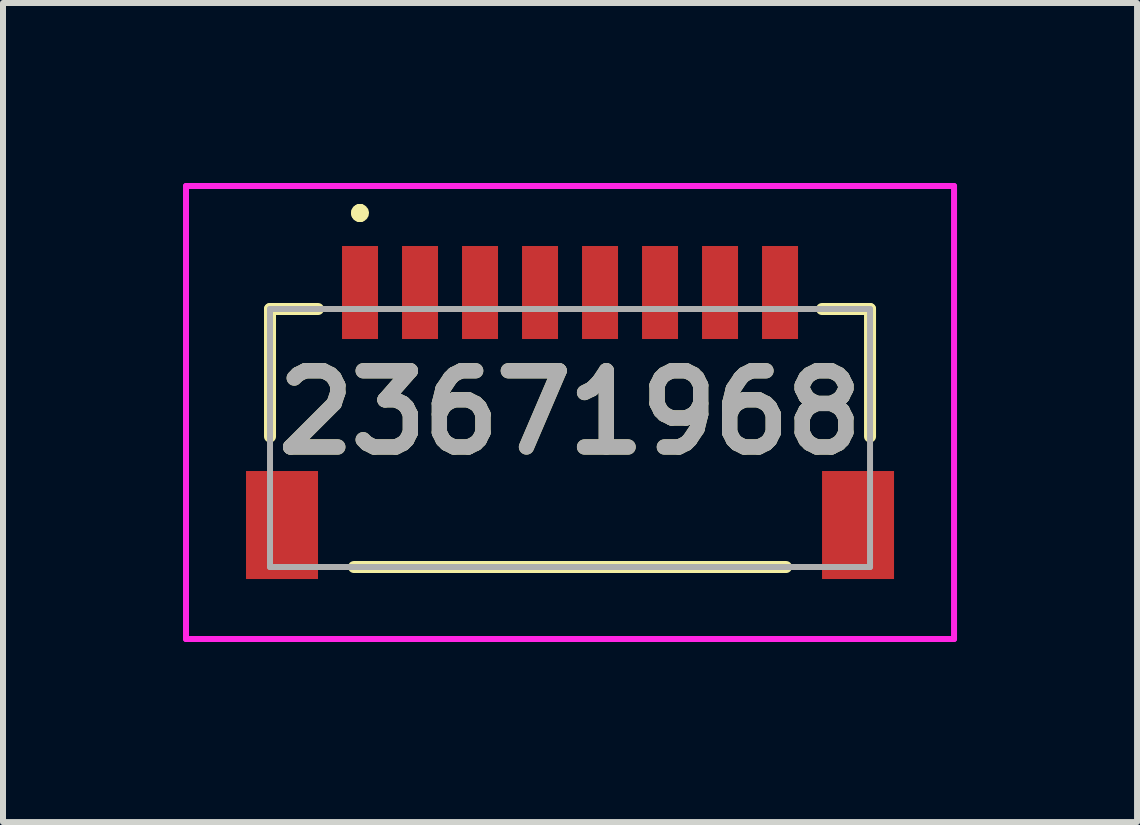
<source format=kicad_pcb>
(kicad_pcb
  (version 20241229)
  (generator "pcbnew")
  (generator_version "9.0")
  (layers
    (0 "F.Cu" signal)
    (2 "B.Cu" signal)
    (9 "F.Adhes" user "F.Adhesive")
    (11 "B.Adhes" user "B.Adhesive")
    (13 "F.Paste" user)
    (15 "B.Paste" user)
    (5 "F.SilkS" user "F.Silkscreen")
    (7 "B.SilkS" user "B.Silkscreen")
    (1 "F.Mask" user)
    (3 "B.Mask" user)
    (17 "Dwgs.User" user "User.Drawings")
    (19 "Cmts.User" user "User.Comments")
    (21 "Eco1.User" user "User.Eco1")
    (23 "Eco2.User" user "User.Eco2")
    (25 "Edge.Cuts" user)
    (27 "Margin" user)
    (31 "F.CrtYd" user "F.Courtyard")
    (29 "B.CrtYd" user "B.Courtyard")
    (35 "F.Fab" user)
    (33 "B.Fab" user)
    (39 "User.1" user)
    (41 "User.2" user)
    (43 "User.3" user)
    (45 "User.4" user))
  (footprint "23671968"
    (layer "F.Cu")
    (at 6.45 4.25)
    (property "Reference" "23671968" (at 0 -0.425 0) (layer "F.SilkS") (effects (font (size 1.27 1.27) (thickness 0.254))))
    (attr smd)
    (fp_line (start -5 -2.15) (end -4.2 -2.15) (stroke (width 0.2) (type solid)) (layer "F.SilkS"))
    (fp_line (start -5 -0.025) (end -5 -2.15) (stroke (width 0.2) (type solid)) (layer "F.SilkS"))
    (fp_line (start -3.5 -3.8) (end -3.5 -3.8) (stroke (width 0.2) (type solid)) (layer "F.SilkS"))
    (fp_line (start -3.5 -3.8) (end -3.5 -3.8) (stroke (width 0.2) (type solid)) (layer "F.SilkS"))
    (fp_line (start -3.5 -3.7) (end -3.5 -3.7) (stroke (width 0.2) (type solid)) (layer "F.SilkS"))
    (fp_line (start 3.6 2.15) (end -3.6 2.15) (stroke (width 0.2) (type solid)) (layer "F.SilkS"))
    (fp_line (start 4.2 -2.15) (end 5 -2.15) (stroke (width 0.2) (type solid)) (layer "F.SilkS"))
    (fp_line (start 5 -2.15) (end 5 -0.025) (stroke (width 0.2) (type solid)) (layer "F.SilkS"))
    (fp_arc (start -3.5 -3.8) (mid -3.45 -3.75) (end -3.5 -3.7) (stroke (width 0.2) (type solid)) (layer "F.SilkS"))
    (fp_arc (start -3.5 -3.7) (mid -3.55 -3.75) (end -3.5 -3.8) (stroke (width 0.2) (type solid)) (layer "F.SilkS"))
    (fp_arc (start -3.5 -3.7) (mid -3.55 -3.75) (end -3.5 -3.8) (stroke (width 0.2) (type solid)) (layer "F.SilkS"))
    (fp_line (start -6.4 -4.2) (end 6.4 -4.2) (stroke (width 0.1) (type solid)) (layer "F.CrtYd"))
    (fp_line (start -6.4 3.35) (end -6.4 -4.2) (stroke (width 0.1) (type solid)) (layer "F.CrtYd"))
    (fp_line (start 6.4 -4.2) (end 6.4 3.35) (stroke (width 0.1) (type solid)) (layer "F.CrtYd"))
    (fp_line (start 6.4 3.35) (end -6.4 3.35) (stroke (width 0.1) (type solid)) (layer "F.CrtYd"))
    (fp_line (start -5 -2.15) (end -5 2.15) (stroke (width 0.1) (type solid)) (layer "F.Fab"))
    (fp_line (start -5 2.15) (end 5 2.15) (stroke (width 0.1) (type solid)) (layer "F.Fab"))
    (fp_line (start 5 -2.15) (end -5 -2.15) (stroke (width 0.1) (type solid)) (layer "F.Fab"))
    (fp_line (start 5 2.15) (end 5 -2.15) (stroke (width 0.1) (type solid)) (layer "F.Fab"))
    (fp_text user "${REFERENCE}" (at 0 -0.425 0) (layer "F.Fab") (effects (font (size 1.27 1.27) (thickness 0.254))))
    (pad "1" smd rect (at -3.5 -2.425) (size 0.6 1.55) (layers "F.Cu" "F.Mask" "F.Paste"))
    (pad "2" smd rect (at -2.5 -2.425) (size 0.6 1.55) (layers "F.Cu" "F.Mask" "F.Paste"))
    (pad "3" smd rect (at -1.5 -2.425) (size 0.6 1.55) (layers "F.Cu" "F.Mask" "F.Paste"))
    (pad "4" smd rect (at -0.5 -2.425) (size 0.6 1.55) (layers "F.Cu" "F.Mask" "F.Paste"))
    (pad "5" smd rect (at 0.5 -2.425) (size 0.6 1.55) (layers "F.Cu" "F.Mask" "F.Paste"))
    (pad "6" smd rect (at 1.5 -2.425) (size 0.6 1.55) (layers "F.Cu" "F.Mask" "F.Paste"))
    (pad "7" smd rect (at 2.5 -2.425) (size 0.6 1.55) (layers "F.Cu" "F.Mask" "F.Paste"))
    (pad "8" smd rect (at 3.5 -2.425) (size 0.6 1.55) (layers "F.Cu" "F.Mask" "F.Paste"))
    (pad "MP1" smd rect (at -4.8 1.45) (size 1.2 1.8) (layers "F.Cu" "F.Mask" "F.Paste"))
    (pad "MP2" smd rect (at 4.8 1.45) (size 1.2 1.8) (layers "F.Cu" "F.Mask" "F.Paste")))
  (gr_rect
    (start -3 -3)
    (end 15.9 10.65)
    (stroke (width 0.1) (type default))
    (fill no)
    (layer "Edge.Cuts")))
</source>
